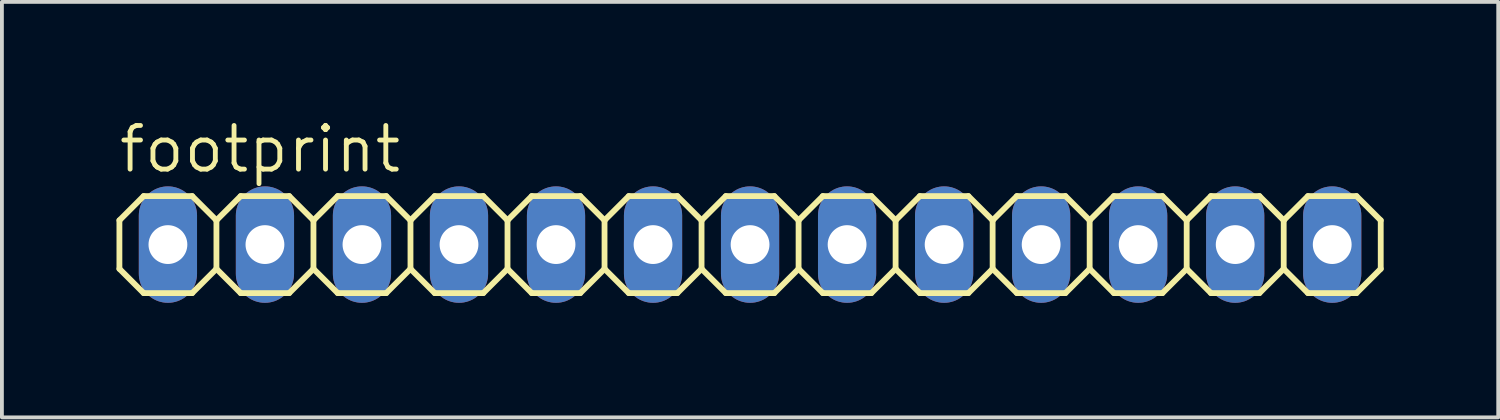
<source format=kicad_pcb>
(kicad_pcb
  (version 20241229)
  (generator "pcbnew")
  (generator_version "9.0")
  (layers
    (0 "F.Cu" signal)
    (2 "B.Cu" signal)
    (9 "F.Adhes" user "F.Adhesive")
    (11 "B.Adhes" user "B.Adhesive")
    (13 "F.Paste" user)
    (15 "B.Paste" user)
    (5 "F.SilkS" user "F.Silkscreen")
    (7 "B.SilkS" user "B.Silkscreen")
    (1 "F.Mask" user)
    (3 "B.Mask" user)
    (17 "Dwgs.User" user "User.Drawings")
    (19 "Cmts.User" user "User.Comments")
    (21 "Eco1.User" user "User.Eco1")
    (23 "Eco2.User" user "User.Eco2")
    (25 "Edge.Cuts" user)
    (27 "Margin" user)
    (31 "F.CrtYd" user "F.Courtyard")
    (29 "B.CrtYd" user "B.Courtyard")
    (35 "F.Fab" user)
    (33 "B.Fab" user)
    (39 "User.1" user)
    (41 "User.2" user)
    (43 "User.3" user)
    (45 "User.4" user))
  (footprint "footprint"
    (layer "F.Cu")
    (at 16.586 3.353)
    (property "Reference" "footprint" (at -16.586 -1.829 0) (layer "F.SilkS") (effects (font (size 1.143 1.143) (thickness 0.127)) (justify left bottom)))
    (fp_line (start -16.51 -0.635) (end -16.51 0.635) (stroke (width 0.152) (type solid)) (layer "F.SilkS"))
    (fp_line (start -16.51 0.635) (end -15.875 1.27) (stroke (width 0.152) (type solid)) (layer "F.SilkS"))
    (fp_line (start -15.875 -1.27) (end -16.51 -0.635) (stroke (width 0.152) (type solid)) (layer "F.SilkS"))
    (fp_line (start -15.875 -1.27) (end -14.605 -1.27) (stroke (width 0.152) (type solid)) (layer "F.SilkS"))
    (fp_line (start -14.605 -1.27) (end -13.97 -0.635) (stroke (width 0.152) (type solid)) (layer "F.SilkS"))
    (fp_line (start -14.605 1.27) (end -15.875 1.27) (stroke (width 0.152) (type solid)) (layer "F.SilkS"))
    (fp_line (start -13.97 -0.635) (end -13.97 0.635) (stroke (width 0.152) (type solid)) (layer "F.SilkS"))
    (fp_line (start -13.97 -0.635) (end -13.335 -1.27) (stroke (width 0.152) (type solid)) (layer "F.SilkS"))
    (fp_line (start -13.97 0.635) (end -14.605 1.27) (stroke (width 0.152) (type solid)) (layer "F.SilkS"))
    (fp_line (start -13.335 -1.27) (end -12.065 -1.27) (stroke (width 0.152) (type solid)) (layer "F.SilkS"))
    (fp_line (start -13.335 1.27) (end -13.97 0.635) (stroke (width 0.152) (type solid)) (layer "F.SilkS"))
    (fp_line (start -12.065 -1.27) (end -11.43 -0.635) (stroke (width 0.152) (type solid)) (layer "F.SilkS"))
    (fp_line (start -12.065 1.27) (end -13.335 1.27) (stroke (width 0.152) (type solid)) (layer "F.SilkS"))
    (fp_line (start -11.43 -0.635) (end -11.43 0.635) (stroke (width 0.152) (type solid)) (layer "F.SilkS"))
    (fp_line (start -11.43 -0.635) (end -10.795 -1.27) (stroke (width 0.152) (type solid)) (layer "F.SilkS"))
    (fp_line (start -11.43 0.635) (end -12.065 1.27) (stroke (width 0.152) (type solid)) (layer "F.SilkS"))
    (fp_line (start -10.795 -1.27) (end -9.525 -1.27) (stroke (width 0.152) (type solid)) (layer "F.SilkS"))
    (fp_line (start -10.795 1.27) (end -11.43 0.635) (stroke (width 0.152) (type solid)) (layer "F.SilkS"))
    (fp_line (start -9.525 -1.27) (end -8.89 -0.635) (stroke (width 0.152) (type solid)) (layer "F.SilkS"))
    (fp_line (start -9.525 1.27) (end -10.795 1.27) (stroke (width 0.152) (type solid)) (layer "F.SilkS"))
    (fp_line (start -8.89 -0.635) (end -8.89 0.635) (stroke (width 0.152) (type solid)) (layer "F.SilkS"))
    (fp_line (start -8.89 0.635) (end -9.525 1.27) (stroke (width 0.152) (type solid)) (layer "F.SilkS"))
    (fp_line (start -8.89 0.635) (end -8.255 1.27) (stroke (width 0.152) (type solid)) (layer "F.SilkS"))
    (fp_line (start -8.255 -1.27) (end -8.89 -0.635) (stroke (width 0.152) (type solid)) (layer "F.SilkS"))
    (fp_line (start -8.255 -1.27) (end -6.985 -1.27) (stroke (width 0.152) (type solid)) (layer "F.SilkS"))
    (fp_line (start -6.985 -1.27) (end -6.35 -0.635) (stroke (width 0.152) (type solid)) (layer "F.SilkS"))
    (fp_line (start -6.985 1.27) (end -8.255 1.27) (stroke (width 0.152) (type solid)) (layer "F.SilkS"))
    (fp_line (start -6.35 -0.635) (end -6.35 0.635) (stroke (width 0.152) (type solid)) (layer "F.SilkS"))
    (fp_line (start -6.35 -0.635) (end -5.715 -1.27) (stroke (width 0.152) (type solid)) (layer "F.SilkS"))
    (fp_line (start -6.35 0.635) (end -6.985 1.27) (stroke (width 0.152) (type solid)) (layer "F.SilkS"))
    (fp_line (start -5.715 -1.27) (end -4.445 -1.27) (stroke (width 0.152) (type solid)) (layer "F.SilkS"))
    (fp_line (start -5.715 1.27) (end -6.35 0.635) (stroke (width 0.152) (type solid)) (layer "F.SilkS"))
    (fp_line (start -4.445 -1.27) (end -3.81 -0.635) (stroke (width 0.152) (type solid)) (layer "F.SilkS"))
    (fp_line (start -4.445 1.27) (end -5.715 1.27) (stroke (width 0.152) (type solid)) (layer "F.SilkS"))
    (fp_line (start -3.81 -0.635) (end -3.81 0.635) (stroke (width 0.152) (type solid)) (layer "F.SilkS"))
    (fp_line (start -3.81 -0.635) (end -3.175 -1.27) (stroke (width 0.152) (type solid)) (layer "F.SilkS"))
    (fp_line (start -3.81 0.635) (end -4.445 1.27) (stroke (width 0.152) (type solid)) (layer "F.SilkS"))
    (fp_line (start -3.175 -1.27) (end -1.905 -1.27) (stroke (width 0.152) (type solid)) (layer "F.SilkS"))
    (fp_line (start -3.175 1.27) (end -3.81 0.635) (stroke (width 0.152) (type solid)) (layer "F.SilkS"))
    (fp_line (start -1.905 -1.27) (end -1.27 -0.635) (stroke (width 0.152) (type solid)) (layer "F.SilkS"))
    (fp_line (start -1.905 1.27) (end -3.175 1.27) (stroke (width 0.152) (type solid)) (layer "F.SilkS"))
    (fp_line (start -1.27 -0.635) (end -1.27 0.635) (stroke (width 0.152) (type solid)) (layer "F.SilkS"))
    (fp_line (start -1.27 0.635) (end -1.905 1.27) (stroke (width 0.152) (type solid)) (layer "F.SilkS"))
    (fp_line (start -1.27 0.635) (end -0.635 1.27) (stroke (width 0.152) (type solid)) (layer "F.SilkS"))
    (fp_line (start -0.635 -1.27) (end -1.27 -0.635) (stroke (width 0.152) (type solid)) (layer "F.SilkS"))
    (fp_line (start -0.635 -1.27) (end 0.635 -1.27) (stroke (width 0.152) (type solid)) (layer "F.SilkS"))
    (fp_line (start 0.635 -1.27) (end 1.27 -0.635) (stroke (width 0.152) (type solid)) (layer "F.SilkS"))
    (fp_line (start 0.635 1.27) (end -0.635 1.27) (stroke (width 0.152) (type solid)) (layer "F.SilkS"))
    (fp_line (start 1.27 -0.635) (end 1.27 0.635) (stroke (width 0.152) (type solid)) (layer "F.SilkS"))
    (fp_line (start 1.27 -0.635) (end 1.905 -1.27) (stroke (width 0.152) (type solid)) (layer "F.SilkS"))
    (fp_line (start 1.27 0.635) (end 0.635 1.27) (stroke (width 0.152) (type solid)) (layer "F.SilkS"))
    (fp_line (start 1.905 -1.27) (end 3.175 -1.27) (stroke (width 0.152) (type solid)) (layer "F.SilkS"))
    (fp_line (start 1.905 1.27) (end 1.27 0.635) (stroke (width 0.152) (type solid)) (layer "F.SilkS"))
    (fp_line (start 3.175 -1.27) (end 3.81 -0.635) (stroke (width 0.152) (type solid)) (layer "F.SilkS"))
    (fp_line (start 3.175 1.27) (end 1.905 1.27) (stroke (width 0.152) (type solid)) (layer "F.SilkS"))
    (fp_line (start 3.81 -0.635) (end 3.81 0.635) (stroke (width 0.152) (type solid)) (layer "F.SilkS"))
    (fp_line (start 3.81 -0.635) (end 4.445 -1.27) (stroke (width 0.152) (type solid)) (layer "F.SilkS"))
    (fp_line (start 3.81 0.635) (end 3.175 1.27) (stroke (width 0.152) (type solid)) (layer "F.SilkS"))
    (fp_line (start 4.445 -1.27) (end 5.715 -1.27) (stroke (width 0.152) (type solid)) (layer "F.SilkS"))
    (fp_line (start 4.445 1.27) (end 3.81 0.635) (stroke (width 0.152) (type solid)) (layer "F.SilkS"))
    (fp_line (start 5.715 -1.27) (end 6.35 -0.635) (stroke (width 0.152) (type solid)) (layer "F.SilkS"))
    (fp_line (start 5.715 1.27) (end 4.445 1.27) (stroke (width 0.152) (type solid)) (layer "F.SilkS"))
    (fp_line (start 6.35 -0.635) (end 6.35 0.635) (stroke (width 0.152) (type solid)) (layer "F.SilkS"))
    (fp_line (start 6.35 0.635) (end 5.715 1.27) (stroke (width 0.152) (type solid)) (layer "F.SilkS"))
    (fp_line (start 6.35 0.635) (end 6.985 1.27) (stroke (width 0.152) (type solid)) (layer "F.SilkS"))
    (fp_line (start 6.985 -1.27) (end 6.35 -0.635) (stroke (width 0.152) (type solid)) (layer "F.SilkS"))
    (fp_line (start 6.985 -1.27) (end 8.255 -1.27) (stroke (width 0.152) (type solid)) (layer "F.SilkS"))
    (fp_line (start 8.255 -1.27) (end 8.89 -0.635) (stroke (width 0.152) (type solid)) (layer "F.SilkS"))
    (fp_line (start 8.255 1.27) (end 6.985 1.27) (stroke (width 0.152) (type solid)) (layer "F.SilkS"))
    (fp_line (start 8.89 -0.635) (end 8.89 0.635) (stroke (width 0.152) (type solid)) (layer "F.SilkS"))
    (fp_line (start 8.89 -0.635) (end 9.525 -1.27) (stroke (width 0.152) (type solid)) (layer "F.SilkS"))
    (fp_line (start 8.89 0.635) (end 8.255 1.27) (stroke (width 0.152) (type solid)) (layer "F.SilkS"))
    (fp_line (start 9.525 -1.27) (end 10.795 -1.27) (stroke (width 0.152) (type solid)) (layer "F.SilkS"))
    (fp_line (start 9.525 1.27) (end 8.89 0.635) (stroke (width 0.152) (type solid)) (layer "F.SilkS"))
    (fp_line (start 10.795 -1.27) (end 11.43 -0.635) (stroke (width 0.152) (type solid)) (layer "F.SilkS"))
    (fp_line (start 10.795 1.27) (end 9.525 1.27) (stroke (width 0.152) (type solid)) (layer "F.SilkS"))
    (fp_line (start 11.43 -0.635) (end 11.43 0.635) (stroke (width 0.152) (type solid)) (layer "F.SilkS"))
    (fp_line (start 11.43 -0.635) (end 12.065 -1.27) (stroke (width 0.152) (type solid)) (layer "F.SilkS"))
    (fp_line (start 11.43 0.635) (end 10.795 1.27) (stroke (width 0.152) (type solid)) (layer "F.SilkS"))
    (fp_line (start 12.065 -1.27) (end 13.335 -1.27) (stroke (width 0.152) (type solid)) (layer "F.SilkS"))
    (fp_line (start 12.065 1.27) (end 11.43 0.635) (stroke (width 0.152) (type solid)) (layer "F.SilkS"))
    (fp_line (start 13.335 -1.27) (end 13.97 -0.635) (stroke (width 0.152) (type solid)) (layer "F.SilkS"))
    (fp_line (start 13.335 1.27) (end 12.065 1.27) (stroke (width 0.152) (type solid)) (layer "F.SilkS"))
    (fp_line (start 13.97 -0.635) (end 13.97 0.635) (stroke (width 0.152) (type solid)) (layer "F.SilkS"))
    (fp_line (start 13.97 -0.635) (end 14.605 -1.27) (stroke (width 0.152) (type solid)) (layer "F.SilkS"))
    (fp_line (start 13.97 0.635) (end 13.335 1.27) (stroke (width 0.152) (type solid)) (layer "F.SilkS"))
    (fp_line (start 14.605 -1.27) (end 15.875 -1.27) (stroke (width 0.152) (type solid)) (layer "F.SilkS"))
    (fp_line (start 14.605 1.27) (end 13.97 0.635) (stroke (width 0.152) (type solid)) (layer "F.SilkS"))
    (fp_line (start 15.875 -1.27) (end 16.51 -0.635) (stroke (width 0.152) (type solid)) (layer "F.SilkS"))
    (fp_line (start 15.875 1.27) (end 14.605 1.27) (stroke (width 0.152) (type solid)) (layer "F.SilkS"))
    (fp_line (start 16.51 -0.635) (end 16.51 0.635) (stroke (width 0.152) (type solid)) (layer "F.SilkS"))
    (fp_line (start 16.51 0.635) (end 15.875 1.27) (stroke (width 0.152) (type solid)) (layer "F.SilkS"))
    (fp_poly (pts (xy -15.494 0.254) (xy -14.986 0.254) (xy -14.986 -0.254) (xy -15.494 -0.254)) (stroke (width 0.1) (type solid)) (fill no) (layer "F.Fab"))
    (fp_poly (pts (xy -12.954 0.254) (xy -12.446 0.254) (xy -12.446 -0.254) (xy -12.954 -0.254)) (stroke (width 0.1) (type solid)) (fill no) (layer "F.Fab"))
    (fp_poly (pts (xy -10.414 0.254) (xy -9.906 0.254) (xy -9.906 -0.254) (xy -10.414 -0.254)) (stroke (width 0.1) (type solid)) (fill no) (layer "F.Fab"))
    (fp_poly (pts (xy -7.874 0.254) (xy -7.366 0.254) (xy -7.366 -0.254) (xy -7.874 -0.254)) (stroke (width 0.1) (type solid)) (fill no) (layer "F.Fab"))
    (fp_poly (pts (xy -5.334 0.254) (xy -4.826 0.254) (xy -4.826 -0.254) (xy -5.334 -0.254)) (stroke (width 0.1) (type solid)) (fill no) (layer "F.Fab"))
    (fp_poly (pts (xy -2.794 0.254) (xy -2.286 0.254) (xy -2.286 -0.254) (xy -2.794 -0.254)) (stroke (width 0.1) (type solid)) (fill no) (layer "F.Fab"))
    (fp_poly (pts (xy -0.254 0.254) (xy 0.254 0.254) (xy 0.254 -0.254) (xy -0.254 -0.254)) (stroke (width 0.1) (type solid)) (fill no) (layer "F.Fab"))
    (fp_poly (pts (xy 2.286 0.254) (xy 2.794 0.254) (xy 2.794 -0.254) (xy 2.286 -0.254)) (stroke (width 0.1) (type solid)) (fill no) (layer "F.Fab"))
    (fp_poly (pts (xy 4.826 0.254) (xy 5.334 0.254) (xy 5.334 -0.254) (xy 4.826 -0.254)) (stroke (width 0.1) (type solid)) (fill no) (layer "F.Fab"))
    (fp_poly (pts (xy 7.366 0.254) (xy 7.874 0.254) (xy 7.874 -0.254) (xy 7.366 -0.254)) (stroke (width 0.1) (type solid)) (fill no) (layer "F.Fab"))
    (fp_poly (pts (xy 9.906 0.254) (xy 10.414 0.254) (xy 10.414 -0.254) (xy 9.906 -0.254)) (stroke (width 0.1) (type solid)) (fill no) (layer "F.Fab"))
    (fp_poly (pts (xy 12.446 0.254) (xy 12.954 0.254) (xy 12.954 -0.254) (xy 12.446 -0.254)) (stroke (width 0.1) (type solid)) (fill no) (layer "F.Fab"))
    (fp_poly (pts (xy 14.986 0.254) (xy 15.494 0.254) (xy 15.494 -0.254) (xy 14.986 -0.254)) (stroke (width 0.1) (type solid)) (fill no) (layer "F.Fab"))
    (pad "1" thru_hole oval (at -15.24 0 90) (size 3.048 1.524) (drill 1.016) (layers "*.Cu" "*.Mask"))
    (pad "2" thru_hole oval (at -12.7 0 90) (size 3.048 1.524) (drill 1.016) (layers "*.Cu" "*.Mask"))
    (pad "3" thru_hole oval (at -10.16 0 90) (size 3.048 1.524) (drill 1.016) (layers "*.Cu" "*.Mask"))
    (pad "4" thru_hole oval (at -7.62 0 90) (size 3.048 1.524) (drill 1.016) (layers "*.Cu" "*.Mask"))
    (pad "5" thru_hole oval (at -5.08 0 90) (size 3.048 1.524) (drill 1.016) (layers "*.Cu" "*.Mask"))
    (pad "6" thru_hole oval (at -2.54 0 90) (size 3.048 1.524) (drill 1.016) (layers "*.Cu" "*.Mask"))
    (pad "7" thru_hole oval (at 0 0 90) (size 3.048 1.524) (drill 1.016) (layers "*.Cu" "*.Mask"))
    (pad "8" thru_hole oval (at 2.54 0 90) (size 3.048 1.524) (drill 1.016) (layers "*.Cu" "*.Mask"))
    (pad "9" thru_hole oval (at 5.08 0 90) (size 3.048 1.524) (drill 1.016) (layers "*.Cu" "*.Mask"))
    (pad "10" thru_hole oval (at 7.62 0 90) (size 3.048 1.524) (drill 1.016) (layers "*.Cu" "*.Mask"))
    (pad "11" thru_hole oval (at 10.16 0 90) (size 3.048 1.524) (drill 1.016) (layers "*.Cu" "*.Mask"))
    (pad "12" thru_hole oval (at 12.7 0 90) (size 3.048 1.524) (drill 1.016) (layers "*.Cu" "*.Mask"))
    (pad "13" thru_hole oval (at 15.24 0 90) (size 3.048 1.524) (drill 1.016) (layers "*.Cu" "*.Mask")))
  (gr_rect
    (start -3 -3)
    (end 36.172 7.877)
    (stroke (width 0.1) (type default))
    (fill no)
    (layer "Edge.Cuts")))
</source>
